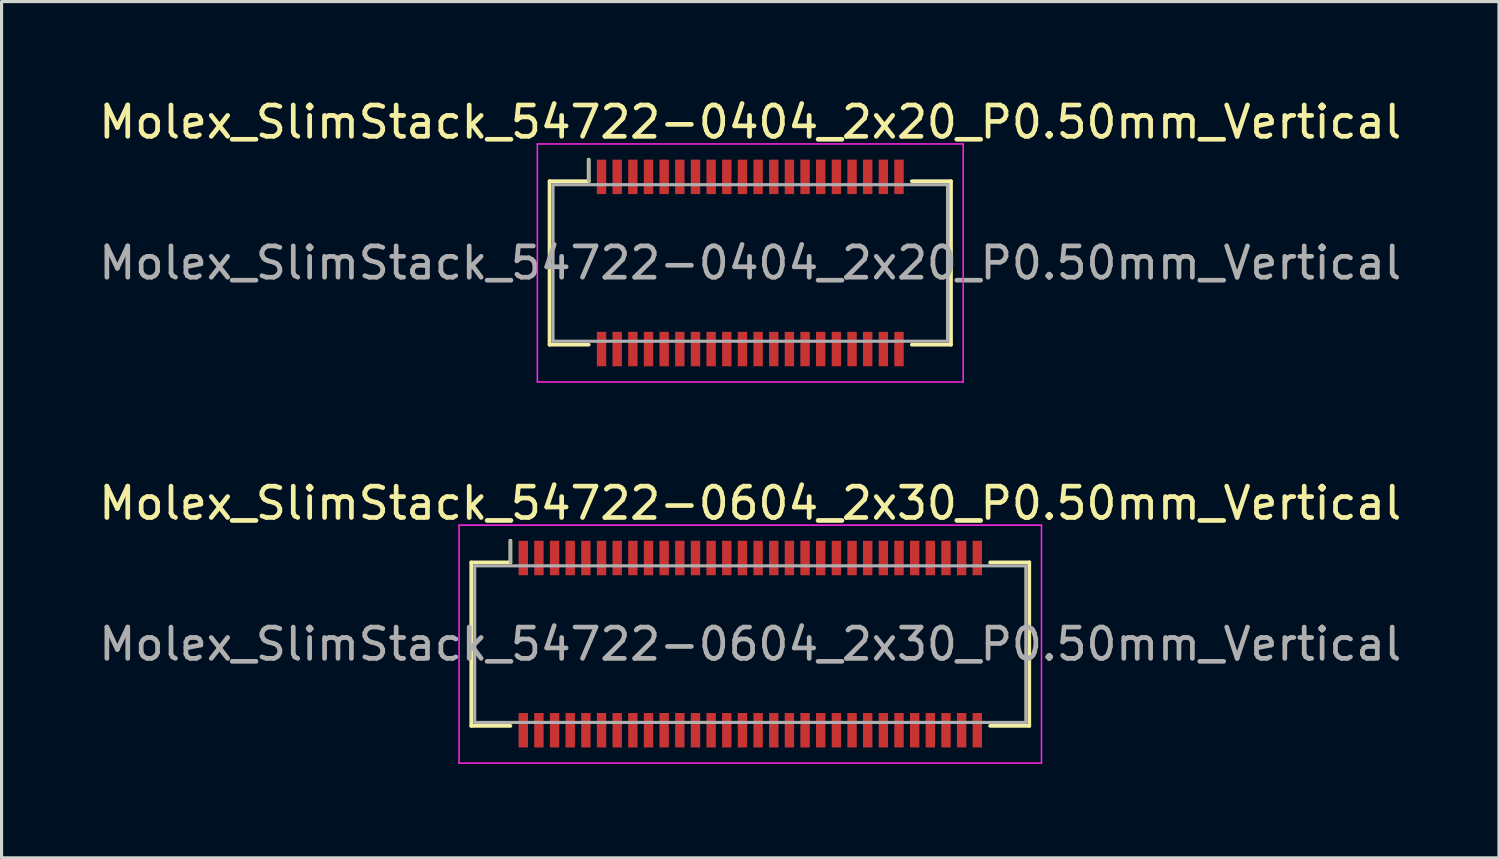
<source format=kicad_pcb>
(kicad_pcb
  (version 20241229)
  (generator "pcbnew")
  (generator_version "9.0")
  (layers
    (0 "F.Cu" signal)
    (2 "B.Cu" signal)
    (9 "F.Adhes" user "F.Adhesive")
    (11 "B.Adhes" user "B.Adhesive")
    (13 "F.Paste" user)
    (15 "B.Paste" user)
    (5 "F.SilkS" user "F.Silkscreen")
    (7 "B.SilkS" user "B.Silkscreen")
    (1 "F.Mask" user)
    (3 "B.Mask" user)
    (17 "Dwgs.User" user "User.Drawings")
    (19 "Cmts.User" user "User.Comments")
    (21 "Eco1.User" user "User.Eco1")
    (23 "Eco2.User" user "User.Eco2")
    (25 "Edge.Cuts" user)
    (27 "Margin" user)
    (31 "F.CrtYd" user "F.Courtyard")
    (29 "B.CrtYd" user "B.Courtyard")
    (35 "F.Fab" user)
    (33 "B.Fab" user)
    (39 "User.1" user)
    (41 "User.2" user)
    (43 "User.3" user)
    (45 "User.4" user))
  (footprint "Molex_SlimStack_54722-0604_2x30_P0.50mm_Vertical"
    (layer "F.Cu")
    (at 20.911 17.521)
    (property "Reference" "Molex_SlimStack_54722-0604_2x30_P0.50mm_Vertical" (at 0 -4.5 0) (layer "F.SilkS") (effects (font (size 1 1) (thickness 0.15))))
    (attr smd)
    (fp_line (start -8.91 -2.61) (end -7.66 -2.61) (stroke (width 0.12) (type solid)) (layer "F.SilkS"))
    (fp_line (start -8.91 2.61) (end -8.91 -2.61) (stroke (width 0.12) (type solid)) (layer "F.SilkS"))
    (fp_line (start -7.66 -2.61) (end -7.66 -3.3) (stroke (width 0.12) (type solid)) (layer "F.SilkS"))
    (fp_line (start -7.66 2.61) (end -8.91 2.61) (stroke (width 0.12) (type solid)) (layer "F.SilkS"))
    (fp_line (start 7.66 2.61) (end 8.91 2.61) (stroke (width 0.12) (type solid)) (layer "F.SilkS"))
    (fp_line (start 8.91 -2.61) (end 7.66 -2.61) (stroke (width 0.12) (type solid)) (layer "F.SilkS"))
    (fp_line (start 8.91 2.61) (end 8.91 -2.61) (stroke (width 0.12) (type solid)) (layer "F.SilkS"))
    (fp_line (start -9.3 -3.8) (end -9.3 3.8) (stroke (width 0.05) (type solid)) (layer "F.CrtYd"))
    (fp_line (start -9.3 3.8) (end 9.3 3.8) (stroke (width 0.05) (type solid)) (layer "F.CrtYd"))
    (fp_line (start 9.3 -3.8) (end -9.3 -3.8) (stroke (width 0.05) (type solid)) (layer "F.CrtYd"))
    (fp_line (start 9.3 3.8) (end 9.3 -3.8) (stroke (width 0.05) (type solid)) (layer "F.CrtYd"))
    (fp_line (start -8.8 -2.5) (end -8.8 2.5) (stroke (width 0.1) (type solid)) (layer "F.Fab"))
    (fp_line (start -8.8 2.5) (end 8.8 2.5) (stroke (width 0.1) (type solid)) (layer "F.Fab"))
    (fp_line (start -7.66 -2.61) (end -7.66 -3.3) (stroke (width 0.1) (type solid)) (layer "F.Fab"))
    (fp_line (start 8.8 -2.5) (end -8.8 -2.5) (stroke (width 0.1) (type solid)) (layer "F.Fab"))
    (fp_line (start 8.8 2.5) (end 8.8 -2.5) (stroke (width 0.1) (type solid)) (layer "F.Fab"))
    (fp_text user "${REFERENCE}" (at 0 0 0) (layer "F.Fab") (effects (font (size 1 1) (thickness 0.15))))
    (pad "1" smd rect (at -7.25 -2.75) (size 0.3 1.1) (layers "F.Cu" "F.Mask" "F.Paste"))
    (pad "2" smd rect (at -7.25 2.75) (size 0.3 1.1) (layers "F.Cu" "F.Mask" "F.Paste"))
    (pad "3" smd rect (at -6.75 -2.75) (size 0.3 1.1) (layers "F.Cu" "F.Mask" "F.Paste"))
    (pad "4" smd rect (at -6.75 2.75) (size 0.3 1.1) (layers "F.Cu" "F.Mask" "F.Paste"))
    (pad "5" smd rect (at -6.25 -2.75) (size 0.3 1.1) (layers "F.Cu" "F.Mask" "F.Paste"))
    (pad "6" smd rect (at -6.25 2.75) (size 0.3 1.1) (layers "F.Cu" "F.Mask" "F.Paste"))
    (pad "7" smd rect (at -5.75 -2.75) (size 0.3 1.1) (layers "F.Cu" "F.Mask" "F.Paste"))
    (pad "8" smd rect (at -5.75 2.75) (size 0.3 1.1) (layers "F.Cu" "F.Mask" "F.Paste"))
    (pad "9" smd rect (at -5.25 -2.75) (size 0.3 1.1) (layers "F.Cu" "F.Mask" "F.Paste"))
    (pad "10" smd rect (at -5.25 2.75) (size 0.3 1.1) (layers "F.Cu" "F.Mask" "F.Paste"))
    (pad "11" smd rect (at -4.75 -2.75) (size 0.3 1.1) (layers "F.Cu" "F.Mask" "F.Paste"))
    (pad "12" smd rect (at -4.75 2.75) (size 0.3 1.1) (layers "F.Cu" "F.Mask" "F.Paste"))
    (pad "13" smd rect (at -4.25 -2.75) (size 0.3 1.1) (layers "F.Cu" "F.Mask" "F.Paste"))
    (pad "14" smd rect (at -4.25 2.75) (size 0.3 1.1) (layers "F.Cu" "F.Mask" "F.Paste"))
    (pad "15" smd rect (at -3.75 -2.75) (size 0.3 1.1) (layers "F.Cu" "F.Mask" "F.Paste"))
    (pad "16" smd rect (at -3.75 2.75) (size 0.3 1.1) (layers "F.Cu" "F.Mask" "F.Paste"))
    (pad "17" smd rect (at -3.25 -2.75) (size 0.3 1.1) (layers "F.Cu" "F.Mask" "F.Paste"))
    (pad "18" smd rect (at -3.25 2.75) (size 0.3 1.1) (layers "F.Cu" "F.Mask" "F.Paste"))
    (pad "19" smd rect (at -2.75 -2.75) (size 0.3 1.1) (layers "F.Cu" "F.Mask" "F.Paste"))
    (pad "20" smd rect (at -2.75 2.75) (size 0.3 1.1) (layers "F.Cu" "F.Mask" "F.Paste"))
    (pad "21" smd rect (at -2.25 -2.75) (size 0.3 1.1) (layers "F.Cu" "F.Mask" "F.Paste"))
    (pad "22" smd rect (at -2.25 2.75) (size 0.3 1.1) (layers "F.Cu" "F.Mask" "F.Paste"))
    (pad "23" smd rect (at -1.75 -2.75) (size 0.3 1.1) (layers "F.Cu" "F.Mask" "F.Paste"))
    (pad "24" smd rect (at -1.75 2.75) (size 0.3 1.1) (layers "F.Cu" "F.Mask" "F.Paste"))
    (pad "25" smd rect (at -1.25 -2.75) (size 0.3 1.1) (layers "F.Cu" "F.Mask" "F.Paste"))
    (pad "26" smd rect (at -1.25 2.75) (size 0.3 1.1) (layers "F.Cu" "F.Mask" "F.Paste"))
    (pad "27" smd rect (at -0.75 -2.75) (size 0.3 1.1) (layers "F.Cu" "F.Mask" "F.Paste"))
    (pad "28" smd rect (at -0.75 2.75) (size 0.3 1.1) (layers "F.Cu" "F.Mask" "F.Paste"))
    (pad "29" smd rect (at -0.25 -2.75) (size 0.3 1.1) (layers "F.Cu" "F.Mask" "F.Paste"))
    (pad "30" smd rect (at -0.25 2.75) (size 0.3 1.1) (layers "F.Cu" "F.Mask" "F.Paste"))
    (pad "31" smd rect (at 0.25 -2.75) (size 0.3 1.1) (layers "F.Cu" "F.Mask" "F.Paste"))
    (pad "32" smd rect (at 0.25 2.75) (size 0.3 1.1) (layers "F.Cu" "F.Mask" "F.Paste"))
    (pad "33" smd rect (at 0.75 -2.75) (size 0.3 1.1) (layers "F.Cu" "F.Mask" "F.Paste"))
    (pad "34" smd rect (at 0.75 2.75) (size 0.3 1.1) (layers "F.Cu" "F.Mask" "F.Paste"))
    (pad "35" smd rect (at 1.25 -2.75) (size 0.3 1.1) (layers "F.Cu" "F.Mask" "F.Paste"))
    (pad "36" smd rect (at 1.25 2.75) (size 0.3 1.1) (layers "F.Cu" "F.Mask" "F.Paste"))
    (pad "37" smd rect (at 1.75 -2.75) (size 0.3 1.1) (layers "F.Cu" "F.Mask" "F.Paste"))
    (pad "38" smd rect (at 1.75 2.75) (size 0.3 1.1) (layers "F.Cu" "F.Mask" "F.Paste"))
    (pad "39" smd rect (at 2.25 -2.75) (size 0.3 1.1) (layers "F.Cu" "F.Mask" "F.Paste"))
    (pad "40" smd rect (at 2.25 2.75) (size 0.3 1.1) (layers "F.Cu" "F.Mask" "F.Paste"))
    (pad "41" smd rect (at 2.75 -2.75) (size 0.3 1.1) (layers "F.Cu" "F.Mask" "F.Paste"))
    (pad "42" smd rect (at 2.75 2.75) (size 0.3 1.1) (layers "F.Cu" "F.Mask" "F.Paste"))
    (pad "43" smd rect (at 3.25 -2.75) (size 0.3 1.1) (layers "F.Cu" "F.Mask" "F.Paste"))
    (pad "44" smd rect (at 3.25 2.75) (size 0.3 1.1) (layers "F.Cu" "F.Mask" "F.Paste"))
    (pad "45" smd rect (at 3.75 -2.75) (size 0.3 1.1) (layers "F.Cu" "F.Mask" "F.Paste"))
    (pad "46" smd rect (at 3.75 2.75) (size 0.3 1.1) (layers "F.Cu" "F.Mask" "F.Paste"))
    (pad "47" smd rect (at 4.25 -2.75) (size 0.3 1.1) (layers "F.Cu" "F.Mask" "F.Paste"))
    (pad "48" smd rect (at 4.25 2.75) (size 0.3 1.1) (layers "F.Cu" "F.Mask" "F.Paste"))
    (pad "49" smd rect (at 4.75 -2.75) (size 0.3 1.1) (layers "F.Cu" "F.Mask" "F.Paste"))
    (pad "50" smd rect (at 4.75 2.75) (size 0.3 1.1) (layers "F.Cu" "F.Mask" "F.Paste"))
    (pad "51" smd rect (at 5.25 -2.75) (size 0.3 1.1) (layers "F.Cu" "F.Mask" "F.Paste"))
    (pad "52" smd rect (at 5.25 2.75) (size 0.3 1.1) (layers "F.Cu" "F.Mask" "F.Paste"))
    (pad "53" smd rect (at 5.75 -2.75) (size 0.3 1.1) (layers "F.Cu" "F.Mask" "F.Paste"))
    (pad "54" smd rect (at 5.75 2.75) (size 0.3 1.1) (layers "F.Cu" "F.Mask" "F.Paste"))
    (pad "55" smd rect (at 6.25 -2.75) (size 0.3 1.1) (layers "F.Cu" "F.Mask" "F.Paste"))
    (pad "56" smd rect (at 6.25 2.75) (size 0.3 1.1) (layers "F.Cu" "F.Mask" "F.Paste"))
    (pad "57" smd rect (at 6.75 -2.75) (size 0.3 1.1) (layers "F.Cu" "F.Mask" "F.Paste"))
    (pad "58" smd rect (at 6.75 2.75) (size 0.3 1.1) (layers "F.Cu" "F.Mask" "F.Paste"))
    (pad "59" smd rect (at 7.25 -2.75) (size 0.3 1.1) (layers "F.Cu" "F.Mask" "F.Paste"))
    (pad "60" smd rect (at 7.25 2.75) (size 0.3 1.1) (layers "F.Cu" "F.Mask" "F.Paste")))
  (footprint "Molex_SlimStack_54722-0404_2x20_P0.50mm_Vertical"
    (layer "F.Cu")
    (at 20.911 5.348)
    (property "Reference" "Molex_SlimStack_54722-0404_2x20_P0.50mm_Vertical" (at 0 -4.5 0) (layer "F.SilkS") (effects (font (size 1 1) (thickness 0.15))))
    (attr smd)
    (fp_line (start -6.41 -2.61) (end -5.16 -2.61) (stroke (width 0.12) (type solid)) (layer "F.SilkS"))
    (fp_line (start -6.41 2.61) (end -6.41 -2.61) (stroke (width 0.12) (type solid)) (layer "F.SilkS"))
    (fp_line (start -5.16 -2.61) (end -5.16 -3.3) (stroke (width 0.12) (type solid)) (layer "F.SilkS"))
    (fp_line (start -5.16 2.61) (end -6.41 2.61) (stroke (width 0.12) (type solid)) (layer "F.SilkS"))
    (fp_line (start 5.16 2.61) (end 6.41 2.61) (stroke (width 0.12) (type solid)) (layer "F.SilkS"))
    (fp_line (start 6.41 -2.61) (end 5.16 -2.61) (stroke (width 0.12) (type solid)) (layer "F.SilkS"))
    (fp_line (start 6.41 2.61) (end 6.41 -2.61) (stroke (width 0.12) (type solid)) (layer "F.SilkS"))
    (fp_line (start -6.8 -3.8) (end -6.8 3.8) (stroke (width 0.05) (type solid)) (layer "F.CrtYd"))
    (fp_line (start -6.8 3.8) (end 6.8 3.8) (stroke (width 0.05) (type solid)) (layer "F.CrtYd"))
    (fp_line (start 6.8 -3.8) (end -6.8 -3.8) (stroke (width 0.05) (type solid)) (layer "F.CrtYd"))
    (fp_line (start 6.8 3.8) (end 6.8 -3.8) (stroke (width 0.05) (type solid)) (layer "F.CrtYd"))
    (fp_line (start -6.3 -2.5) (end -6.3 2.5) (stroke (width 0.1) (type solid)) (layer "F.Fab"))
    (fp_line (start -6.3 2.5) (end 6.3 2.5) (stroke (width 0.1) (type solid)) (layer "F.Fab"))
    (fp_line (start -5.16 -2.61) (end -5.16 -3.3) (stroke (width 0.1) (type solid)) (layer "F.Fab"))
    (fp_line (start 6.3 -2.5) (end -6.3 -2.5) (stroke (width 0.1) (type solid)) (layer "F.Fab"))
    (fp_line (start 6.3 2.5) (end 6.3 -2.5) (stroke (width 0.1) (type solid)) (layer "F.Fab"))
    (fp_text user "${REFERENCE}" (at 0 0 0) (layer "F.Fab") (effects (font (size 1 1) (thickness 0.15))))
    (pad "1" smd rect (at -4.75 -2.75) (size 0.3 1.1) (layers "F.Cu" "F.Mask" "F.Paste"))
    (pad "2" smd rect (at -4.75 2.75) (size 0.3 1.1) (layers "F.Cu" "F.Mask" "F.Paste"))
    (pad "3" smd rect (at -4.25 -2.75) (size 0.3 1.1) (layers "F.Cu" "F.Mask" "F.Paste"))
    (pad "4" smd rect (at -4.25 2.75) (size 0.3 1.1) (layers "F.Cu" "F.Mask" "F.Paste"))
    (pad "5" smd rect (at -3.75 -2.75) (size 0.3 1.1) (layers "F.Cu" "F.Mask" "F.Paste"))
    (pad "6" smd rect (at -3.75 2.75) (size 0.3 1.1) (layers "F.Cu" "F.Mask" "F.Paste"))
    (pad "7" smd rect (at -3.25 -2.75) (size 0.3 1.1) (layers "F.Cu" "F.Mask" "F.Paste"))
    (pad "8" smd rect (at -3.25 2.75) (size 0.3 1.1) (layers "F.Cu" "F.Mask" "F.Paste"))
    (pad "9" smd rect (at -2.75 -2.75) (size 0.3 1.1) (layers "F.Cu" "F.Mask" "F.Paste"))
    (pad "10" smd rect (at -2.75 2.75) (size 0.3 1.1) (layers "F.Cu" "F.Mask" "F.Paste"))
    (pad "11" smd rect (at -2.25 -2.75) (size 0.3 1.1) (layers "F.Cu" "F.Mask" "F.Paste"))
    (pad "12" smd rect (at -2.25 2.75) (size 0.3 1.1) (layers "F.Cu" "F.Mask" "F.Paste"))
    (pad "13" smd rect (at -1.75 -2.75) (size 0.3 1.1) (layers "F.Cu" "F.Mask" "F.Paste"))
    (pad "14" smd rect (at -1.75 2.75) (size 0.3 1.1) (layers "F.Cu" "F.Mask" "F.Paste"))
    (pad "15" smd rect (at -1.25 -2.75) (size 0.3 1.1) (layers "F.Cu" "F.Mask" "F.Paste"))
    (pad "16" smd rect (at -1.25 2.75) (size 0.3 1.1) (layers "F.Cu" "F.Mask" "F.Paste"))
    (pad "17" smd rect (at -0.75 -2.75) (size 0.3 1.1) (layers "F.Cu" "F.Mask" "F.Paste"))
    (pad "18" smd rect (at -0.75 2.75) (size 0.3 1.1) (layers "F.Cu" "F.Mask" "F.Paste"))
    (pad "19" smd rect (at -0.25 -2.75) (size 0.3 1.1) (layers "F.Cu" "F.Mask" "F.Paste"))
    (pad "20" smd rect (at -0.25 2.75) (size 0.3 1.1) (layers "F.Cu" "F.Mask" "F.Paste"))
    (pad "21" smd rect (at 0.25 -2.75) (size 0.3 1.1) (layers "F.Cu" "F.Mask" "F.Paste"))
    (pad "22" smd rect (at 0.25 2.75) (size 0.3 1.1) (layers "F.Cu" "F.Mask" "F.Paste"))
    (pad "23" smd rect (at 0.75 -2.75) (size 0.3 1.1) (layers "F.Cu" "F.Mask" "F.Paste"))
    (pad "24" smd rect (at 0.75 2.75) (size 0.3 1.1) (layers "F.Cu" "F.Mask" "F.Paste"))
    (pad "25" smd rect (at 1.25 -2.75) (size 0.3 1.1) (layers "F.Cu" "F.Mask" "F.Paste"))
    (pad "26" smd rect (at 1.25 2.75) (size 0.3 1.1) (layers "F.Cu" "F.Mask" "F.Paste"))
    (pad "27" smd rect (at 1.75 -2.75) (size 0.3 1.1) (layers "F.Cu" "F.Mask" "F.Paste"))
    (pad "28" smd rect (at 1.75 2.75) (size 0.3 1.1) (layers "F.Cu" "F.Mask" "F.Paste"))
    (pad "29" smd rect (at 2.25 -2.75) (size 0.3 1.1) (layers "F.Cu" "F.Mask" "F.Paste"))
    (pad "30" smd rect (at 2.25 2.75) (size 0.3 1.1) (layers "F.Cu" "F.Mask" "F.Paste"))
    (pad "31" smd rect (at 2.75 -2.75) (size 0.3 1.1) (layers "F.Cu" "F.Mask" "F.Paste"))
    (pad "32" smd rect (at 2.75 2.75) (size 0.3 1.1) (layers "F.Cu" "F.Mask" "F.Paste"))
    (pad "33" smd rect (at 3.25 -2.75) (size 0.3 1.1) (layers "F.Cu" "F.Mask" "F.Paste"))
    (pad "34" smd rect (at 3.25 2.75) (size 0.3 1.1) (layers "F.Cu" "F.Mask" "F.Paste"))
    (pad "35" smd rect (at 3.75 -2.75) (size 0.3 1.1) (layers "F.Cu" "F.Mask" "F.Paste"))
    (pad "36" smd rect (at 3.75 2.75) (size 0.3 1.1) (layers "F.Cu" "F.Mask" "F.Paste"))
    (pad "37" smd rect (at 4.25 -2.75) (size 0.3 1.1) (layers "F.Cu" "F.Mask" "F.Paste"))
    (pad "38" smd rect (at 4.25 2.75) (size 0.3 1.1) (layers "F.Cu" "F.Mask" "F.Paste"))
    (pad "39" smd rect (at 4.75 -2.75) (size 0.3 1.1) (layers "F.Cu" "F.Mask" "F.Paste"))
    (pad "40" smd rect (at 4.75 2.75) (size 0.3 1.1) (layers "F.Cu" "F.Mask" "F.Paste")))
  (gr_rect
    (start -3 -3)
    (end 44.821 24.346)
    (stroke (width 0.1) (type default))
    (fill no)
    (layer "Edge.Cuts")))
</source>
